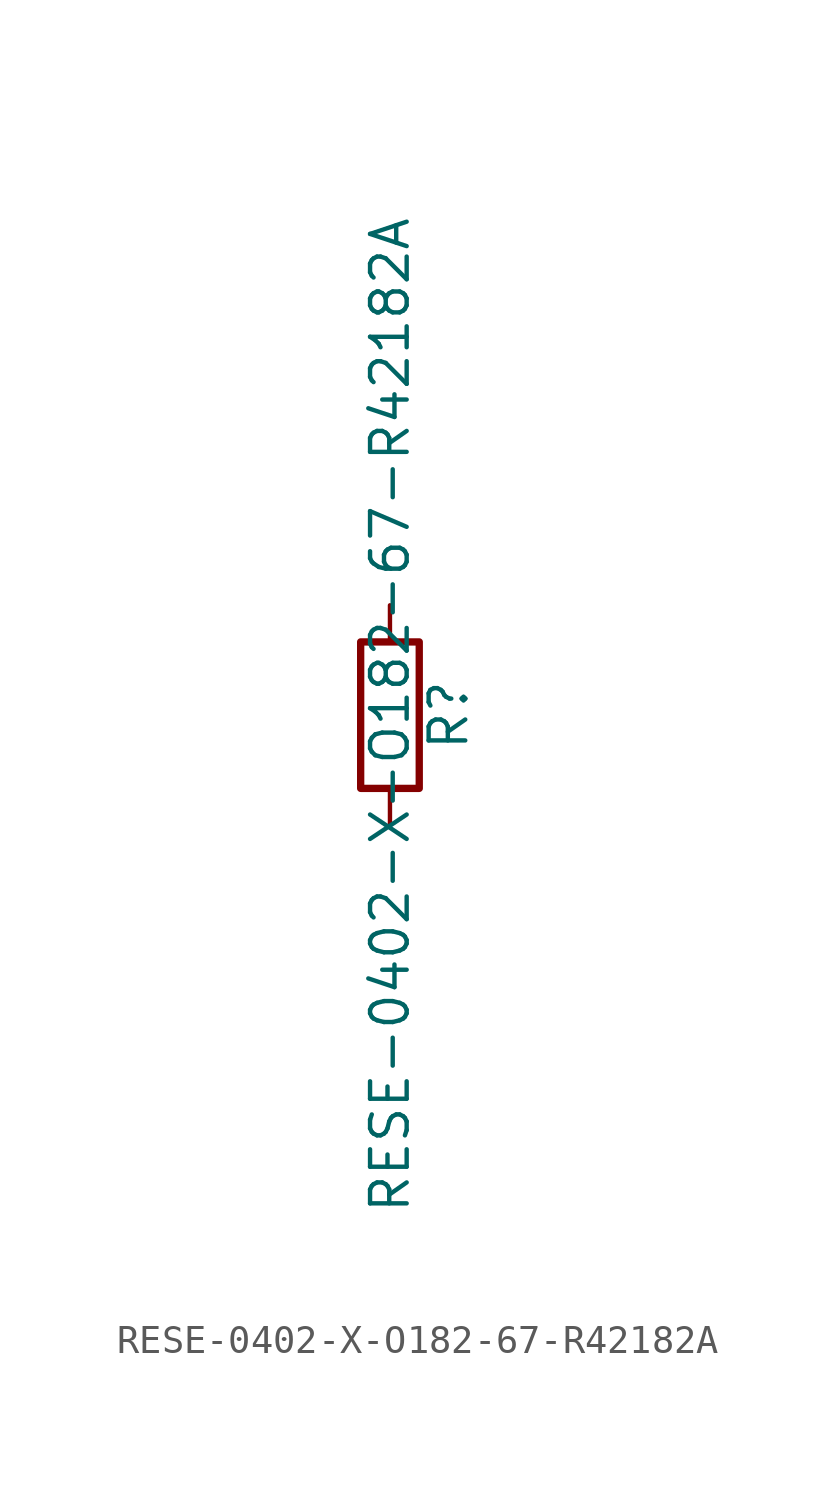
<source format=kicad_sym>
(kicad_symbol_lib
  (version 20211014)
  (generator kicad_symbol_editor)
  (symbol "RESE-0402-X-O182-67-R42182A"
    (pin_numbers hide)
    (pin_names
      (offset 0))
    (property "Reference" "R"
      (at 2.032 0 90)
      (effects (font (size 1.27 1.27))))
    (property "Value" "RESE-0402-X-O182-67-R42182A"
      (at 0 0 90)
      (effects (font (size 1.27 1.27))))
    (symbol "RESE-0402-X-O182-67-R42182A_0_1"
      (rectangle (start -1.016 -2.54) (end 1.016 2.54) (stroke (width 0.254) (type default) (color 0 0 0 0)) (fill (type none))))
    (symbol "RESE-0402-X-O182-67-R42182A_1_1"
      (pin passive line (at 0 3.81 270) (length 1.27) (name "~" (effects (font (size 1.27 1.27)))) (number "1" (effects (font (size 1.27 1.27)))))
      (pin passive line (at 0 -3.81 90) (length 1.27) (name "~" (effects (font (size 1.27 1.27)))) (number "2" (effects (font (size 1.27 1.27))))))))
</source>
